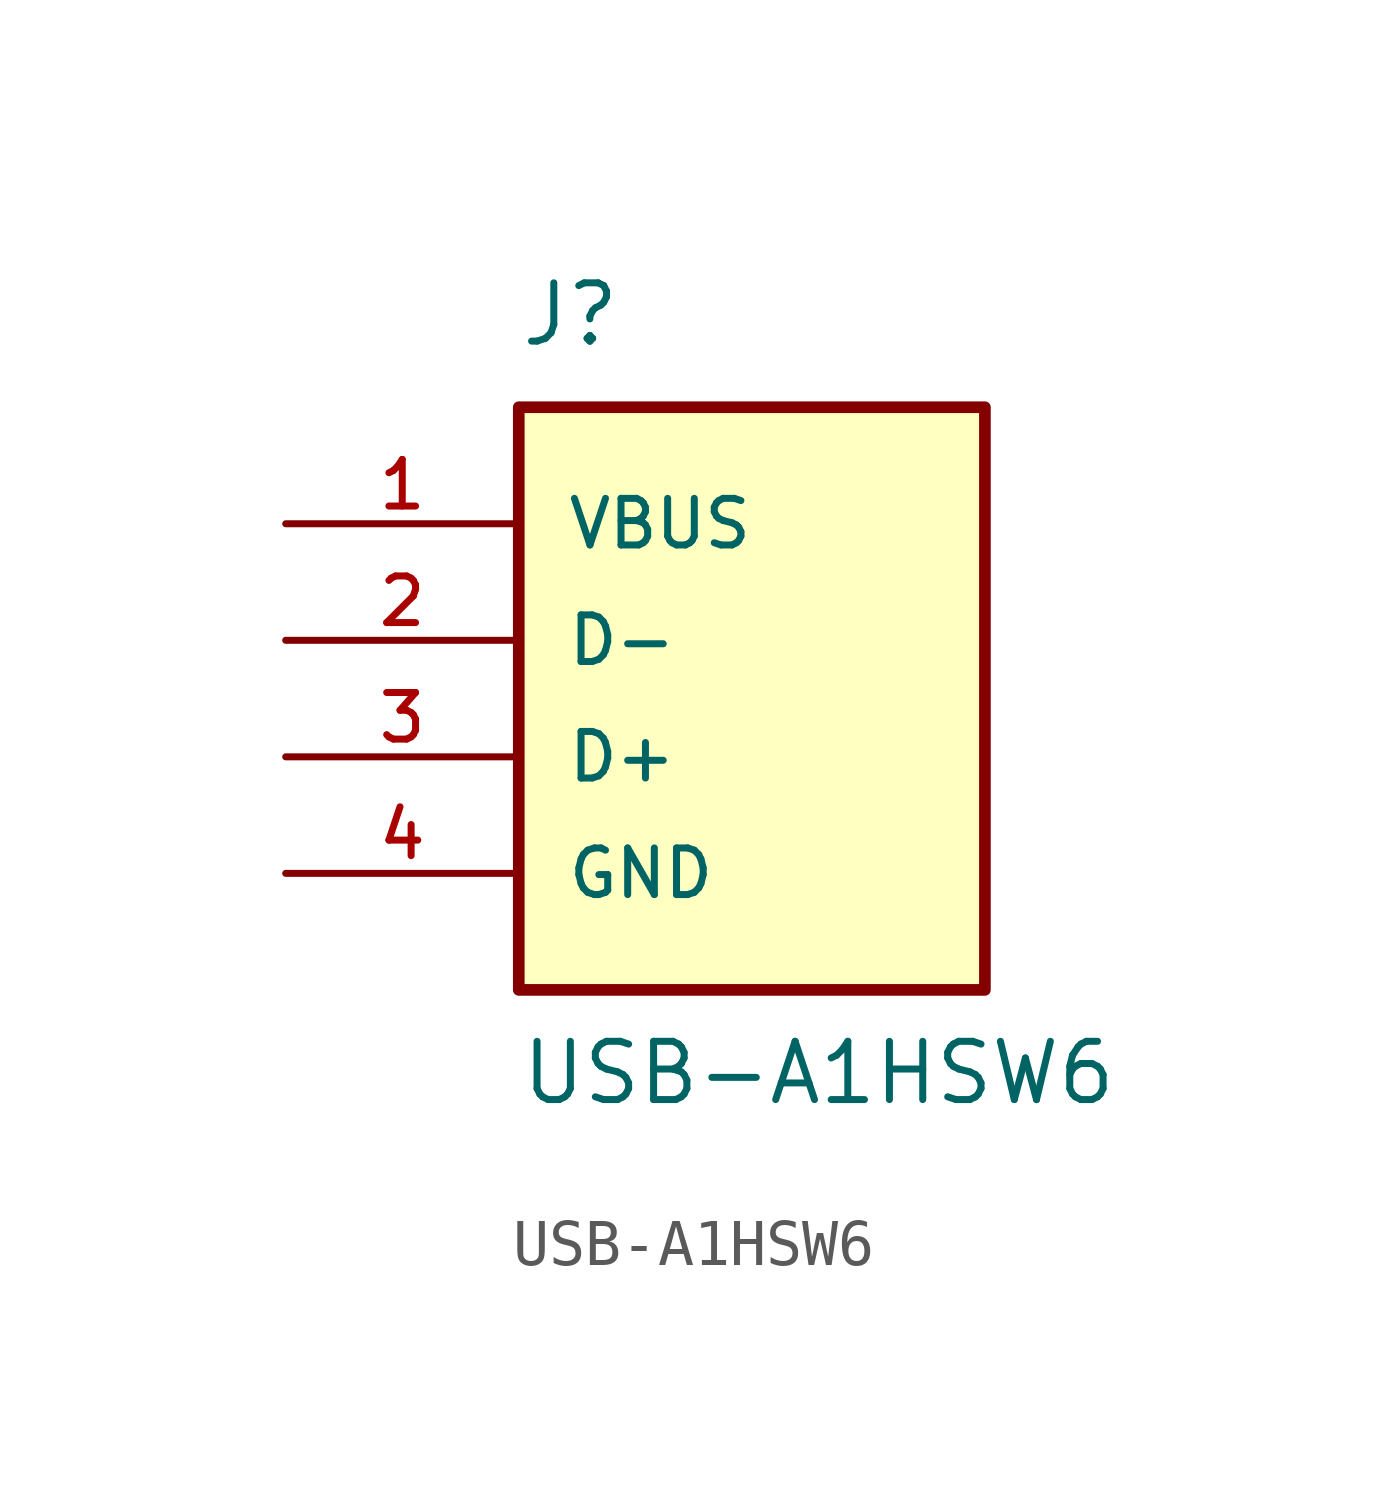
<source format=kicad_sym>
(kicad_symbol_lib
  (version 20211014)
  (generator kicad_symbol_editor)
  (symbol "USB-A1HSW6"
    (pin_names
      (offset 1.016))
    (property "Reference" "J"
      (at -5.082 8.898 0)
      (effects (font (size 1.27 1.27)) (justify bottom left)))
    (property "Value" "USB-A1HSW6"
      (at -5.084 -7.634 0)
      (effects (font (size 1.27 1.27)) (justify bottom left)))
    (symbol "USB-A1HSW6_0_0"
      (rectangle (start -5.08 -5.08) (end 5.08 7.62) (stroke (width 0.254)) (fill (type background)))
      (pin power_in line (at -10.16 5.08 0) (length 5.08) (name "VBUS" (effects (font (size 1.016 1.016)))) (number "1" (effects (font (size 1.016 1.016)))))
      (pin bidirectional line (at -10.16 2.54 0) (length 5.08) (name "D-" (effects (font (size 1.016 1.016)))) (number "2" (effects (font (size 1.016 1.016)))))
      (pin bidirectional line (at -10.16 0.0 0) (length 5.08) (name "D+" (effects (font (size 1.016 1.016)))) (number "3" (effects (font (size 1.016 1.016)))))
      (pin power_in line (at -10.16 -2.54 0) (length 5.08) (name "GND" (effects (font (size 1.016 1.016)))) (number "4" (effects (font (size 1.016 1.016))))))))
</source>
